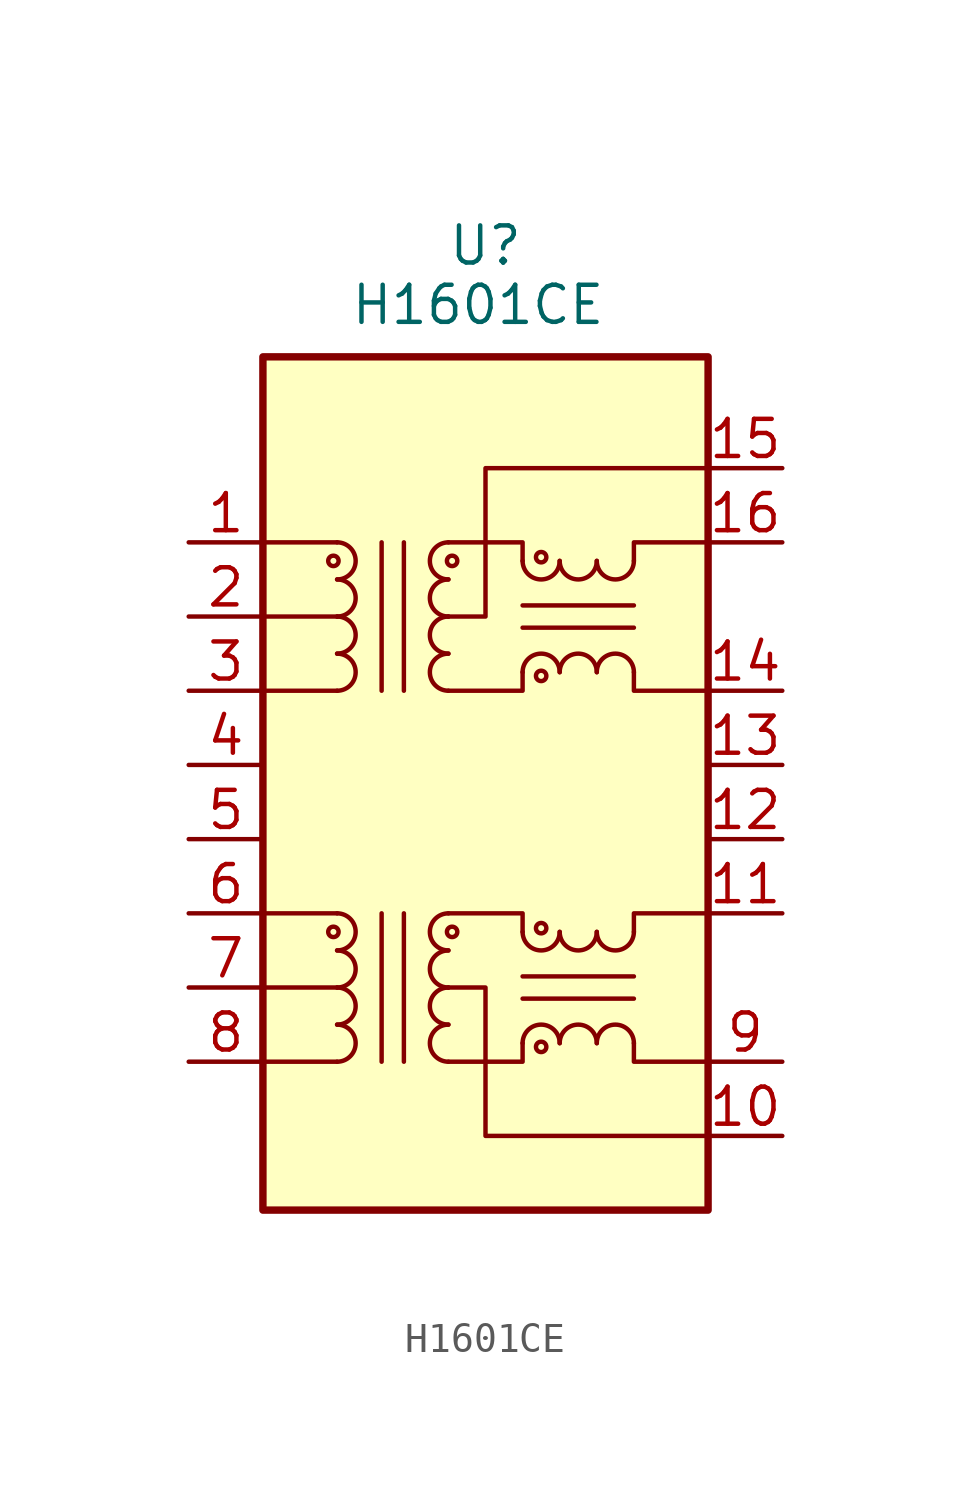
<source format=kicad_sym>
(kicad_symbol_lib
  (version 20241209)
  (generator "kicad_symbol_editor")
  (generator_version "9.0")
  (symbol "H1601CE"
    (pin_names
      (hide yes))
    (property "Reference" "U"
      (at 0 0 0)
      (effects (font (size 1.27 1.27))))
    (property "Value" "H1601CE"
      (at -0.254 -2.032 0)
      (effects (font (size 1.27 1.27))))
    (symbol "H1601CE_0_1"
      (rectangle (start -7.62 -3.81) (end 7.62 -33.02) (stroke (width 0.254) (type default)) (fill (type background)))
      (circle (center -5.207 -23.495) (radius 0.178) (stroke (width 0) (type default)) (fill (type none)))
      (arc (start -5.08 -22.86) (mid -4.4477 -23.495) (end -5.08 -24.13) (stroke (width 0) (type default)) (fill (type none)))
      (polyline (pts (xy -5.08 -22.86) (xy -7.62 -22.86)) (stroke (width 0) (type default)) (fill (type none)))
      (polyline (pts (xy -5.08 -25.4) (xy -7.62 -25.4)) (stroke (width 0) (type default)) (fill (type none)))
      (polyline (pts (xy -5.08 -27.94) (xy -7.62 -27.94)) (stroke (width 0) (type default)) (fill (type none)))
      (polyline (pts (xy -3.556 -10.16) (xy -3.556 -15.24)) (stroke (width 0) (type default)) (fill (type none)))
      (polyline (pts (xy -3.556 -27.94) (xy -3.556 -22.86)) (stroke (width 0) (type default)) (fill (type none)))
      (polyline (pts (xy -2.794 -15.24) (xy -2.794 -10.16)) (stroke (width 0) (type default)) (fill (type none)))
      (polyline (pts (xy -2.794 -22.86) (xy -2.794 -27.94)) (stroke (width 0) (type default)) (fill (type none)))
      (polyline (pts (xy -1.27 -25.4) (xy 0 -25.4) (xy 0 -29.21) (xy 0 -30.48) (xy 5.715 -30.48) (xy 7.62 -30.48)) (stroke (width 0) (type default)) (fill (type none)))
      (polyline (pts (xy -1.27 -27.94) (xy 1.27 -27.94) (xy 1.27 -27.305)) (stroke (width 0) (type default)) (fill (type none)))
      (polyline (pts (xy 1.27 -23.495) (xy 1.27 -22.86) (xy -1.27 -22.86)) (stroke (width 0) (type default)) (fill (type none)))
      (polyline (pts (xy 1.27 -25.019) (xy 5.08 -25.019)) (stroke (width 0) (type default)) (fill (type none)))
      (polyline (pts (xy 1.27 -25.781) (xy 5.08 -25.781)) (stroke (width 0) (type default)) (fill (type none)))
      (polyline (pts (xy 5.08 -23.495) (xy 5.08 -22.86) (xy 7.62 -22.86)) (stroke (width 0) (type default)) (fill (type none)))
      (polyline (pts (xy 5.08 -27.305) (xy 5.08 -27.94) (xy 7.62 -27.94)) (stroke (width 0) (type default)) (fill (type none))))
    (symbol "H1601CE_1_1"
      (circle (center -5.207 -10.795) (radius 0.178) (stroke (width 0) (type default)) (fill (type none)))
      (arc (start -5.08 -10.16) (mid -4.4477 -10.795) (end -5.08 -11.43) (stroke (width 0) (type default)) (fill (type none)))
      (arc (start -5.08 -11.43) (mid -4.4477 -12.065) (end -5.08 -12.7) (stroke (width 0) (type default)) (fill (type none)))
      (arc (start -5.08 -12.7) (mid -4.4477 -13.335) (end -5.08 -13.97) (stroke (width 0) (type default)) (fill (type none)))
      (arc (start -5.08 -13.97) (mid -4.4477 -14.605) (end -5.08 -15.24) (stroke (width 0) (type default)) (fill (type none)))
      (arc (start -5.08 -24.13) (mid -4.4477 -24.765) (end -5.08 -25.4) (stroke (width 0) (type default)) (fill (type none)))
      (arc (start -5.08 -25.4) (mid -4.4477 -26.035) (end -5.08 -26.67) (stroke (width 0) (type default)) (fill (type none)))
      (arc (start -5.08 -26.67) (mid -4.4477 -27.305) (end -5.08 -27.94) (stroke (width 0) (type default)) (fill (type none)))
      (polyline (pts (xy -5.08 -10.16) (xy -7.62 -10.16)) (stroke (width 0) (type default)) (fill (type none)))
      (polyline (pts (xy -5.08 -12.7) (xy -7.62 -12.7)) (stroke (width 0) (type default)) (fill (type none)))
      (polyline (pts (xy -5.08 -15.24) (xy -7.62 -15.24)) (stroke (width 0) (type default)) (fill (type none)))
      (polyline (pts (xy -1.27 -15.24) (xy 1.27 -15.24) (xy 1.27 -14.605)) (stroke (width 0) (type default)) (fill (type none)))
      (arc (start -1.27 -11.43) (mid -1.9023 -10.795) (end -1.27 -10.16) (stroke (width 0) (type default)) (fill (type none)))
      (arc (start -1.27 -12.7) (mid -1.9023 -12.065) (end -1.27 -11.43) (stroke (width 0) (type default)) (fill (type none)))
      (arc (start -1.27 -13.97) (mid -1.9023 -13.335) (end -1.27 -12.7) (stroke (width 0) (type default)) (fill (type none)))
      (arc (start -1.27 -15.24) (mid -1.9023 -14.605) (end -1.27 -13.97) (stroke (width 0) (type default)) (fill (type none)))
      (arc (start -1.27 -24.13) (mid -1.9023 -23.495) (end -1.27 -22.86) (stroke (width 0) (type default)) (fill (type none)))
      (arc (start -1.27 -25.4) (mid -1.9023 -24.765) (end -1.27 -24.13) (stroke (width 0) (type default)) (fill (type none)))
      (arc (start -1.27 -26.67) (mid -1.9023 -26.035) (end -1.27 -25.4) (stroke (width 0) (type default)) (fill (type none)))
      (arc (start -1.27 -27.94) (mid -1.9023 -27.305) (end -1.27 -26.67) (stroke (width 0) (type default)) (fill (type none)))
      (circle (center -1.143 -10.795) (radius 0.178) (stroke (width 0) (type default)) (fill (type none)))
      (circle (center -1.143 -23.495) (radius 0.178) (stroke (width 0) (type default)) (fill (type none)))
      (polyline (pts (xy 1.27 -10.795) (xy 1.27 -10.16) (xy -1.27 -10.16)) (stroke (width 0) (type default)) (fill (type none)))
      (polyline (pts (xy 1.27 -12.319) (xy 5.08 -12.319)) (stroke (width 0) (type default)) (fill (type none)))
      (polyline (pts (xy 1.27 -13.081) (xy 5.08 -13.081)) (stroke (width 0) (type default)) (fill (type none)))
      (circle (center 1.905 -10.668) (radius 0.178) (stroke (width 0) (type default)) (fill (type none)))
      (arc (start 2.54 -10.795) (mid 1.905 -11.4273) (end 1.27 -10.795) (stroke (width 0) (type default)) (fill (type none)))
      (arc (start 1.27 -14.605) (mid 1.905 -13.9727) (end 2.54 -14.605) (stroke (width 0) (type default)) (fill (type none)))
      (circle (center 1.905 -14.732) (radius 0.178) (stroke (width 0) (type default)) (fill (type none)))
      (circle (center 1.905 -23.368) (radius 0.178) (stroke (width 0) (type default)) (fill (type none)))
      (arc (start 2.54 -23.495) (mid 1.905 -24.1273) (end 1.27 -23.495) (stroke (width 0) (type default)) (fill (type none)))
      (arc (start 1.27 -27.305) (mid 1.905 -26.6727) (end 2.54 -27.305) (stroke (width 0) (type default)) (fill (type none)))
      (circle (center 1.905 -27.432) (radius 0.178) (stroke (width 0) (type default)) (fill (type none)))
      (arc (start 3.81 -10.795) (mid 3.175 -11.4273) (end 2.54 -10.795) (stroke (width 0) (type default)) (fill (type none)))
      (arc (start 2.54 -14.605) (mid 3.175 -13.9727) (end 3.81 -14.605) (stroke (width 0) (type default)) (fill (type none)))
      (arc (start 3.81 -23.495) (mid 3.175 -24.1273) (end 2.54 -23.495) (stroke (width 0) (type default)) (fill (type none)))
      (arc (start 2.54 -27.305) (mid 3.175 -26.6727) (end 3.81 -27.305) (stroke (width 0) (type default)) (fill (type none)))
      (arc (start 5.08 -10.795) (mid 4.445 -11.4273) (end 3.81 -10.795) (stroke (width 0) (type default)) (fill (type none)))
      (arc (start 3.81 -14.605) (mid 4.445 -13.9727) (end 5.08 -14.605) (stroke (width 0) (type default)) (fill (type none)))
      (arc (start 5.08 -23.495) (mid 4.445 -24.1273) (end 3.81 -23.495) (stroke (width 0) (type default)) (fill (type none)))
      (arc (start 3.81 -27.305) (mid 4.445 -26.6727) (end 5.08 -27.305) (stroke (width 0) (type default)) (fill (type none)))
      (polyline (pts (xy 5.08 -10.795) (xy 5.08 -10.16) (xy 7.62 -10.16)) (stroke (width 0) (type default)) (fill (type none)))
      (polyline (pts (xy 5.08 -14.605) (xy 5.08 -15.24) (xy 7.62 -15.24)) (stroke (width 0) (type default)) (fill (type none)))
      (polyline (pts (xy 7.62 -7.62) (xy 5.08 -7.62) (xy 0 -7.62) (xy 0 -8.89) (xy 0 -12.7) (xy -1.27 -12.7)) (stroke (width 0) (type default)) (fill (type none)))
      (pin passive line (at -10.16 -10.16 0) (length 2.54) (name "TD-" (effects (font (size 1.27 1.27)))) (number "1" (effects (font (size 1.27 1.27)))))
      (pin passive line (at -10.16 -12.7 0) (length 2.54) (name "C_TD" (effects (font (size 1.27 1.27)))) (number "2" (effects (font (size 1.27 1.27)))))
      (pin passive line (at -10.16 -15.24 0) (length 2.54) (name "TD+" (effects (font (size 1.27 1.27)))) (number "3" (effects (font (size 1.27 1.27)))))
      (pin passive line (at -10.16 -17.78 0) (length 2.54) (name "RD-" (effects (font (size 1.27 1.27)))) (number "4" (effects (font (size 1.27 1.27)))))
      (pin passive line (at -10.16 -20.32 0) (length 2.54) (name "RD-" (effects (font (size 1.27 1.27)))) (number "5" (effects (font (size 1.27 1.27)))))
      (pin passive line (at -10.16 -22.86 0) (length 2.54) (name "RD-" (effects (font (size 1.27 1.27)))) (number "6" (effects (font (size 1.27 1.27)))))
      (pin passive line (at -10.16 -25.4 0) (length 2.54) (name "C_RD" (effects (font (size 1.27 1.27)))) (number "7" (effects (font (size 1.27 1.27)))))
      (pin passive line (at -10.16 -27.94 0) (length 2.54) (name "RD+" (effects (font (size 1.27 1.27)))) (number "8" (effects (font (size 1.27 1.27)))))
      (pin passive line (at 10.16 -7.62 180) (length 2.54) (name "C_TX" (effects (font (size 1.27 1.27)))) (number "15" (effects (font (size 1.27 1.27)))))
      (pin passive line (at 10.16 -10.16 180) (length 2.54) (name "TX-" (effects (font (size 1.27 1.27)))) (number "16" (effects (font (size 1.27 1.27)))))
      (pin passive line (at 10.16 -15.24 180) (length 2.54) (name "TX+" (effects (font (size 1.27 1.27)))) (number "14" (effects (font (size 1.27 1.27)))))
      (pin passive line (at 10.16 -17.78 180) (length 2.54) (name "RD-" (effects (font (size 1.27 1.27)))) (number "13" (effects (font (size 1.27 1.27)))))
      (pin passive line (at 10.16 -20.32 180) (length 2.54) (name "RD-" (effects (font (size 1.27 1.27)))) (number "12" (effects (font (size 1.27 1.27)))))
      (pin passive line (at 10.16 -22.86 180) (length 2.54) (name "RX-" (effects (font (size 1.27 1.27)))) (number "11" (effects (font (size 1.27 1.27)))))
      (pin passive line (at 10.16 -27.94 180) (length 2.54) (name "RX+" (effects (font (size 1.27 1.27)))) (number "9" (effects (font (size 1.27 1.27)))))
      (pin passive line (at 10.16 -30.48 180) (length 2.54) (name "C_RX" (effects (font (size 1.27 1.27)))) (number "10" (effects (font (size 1.27 1.27))))))))
</source>
